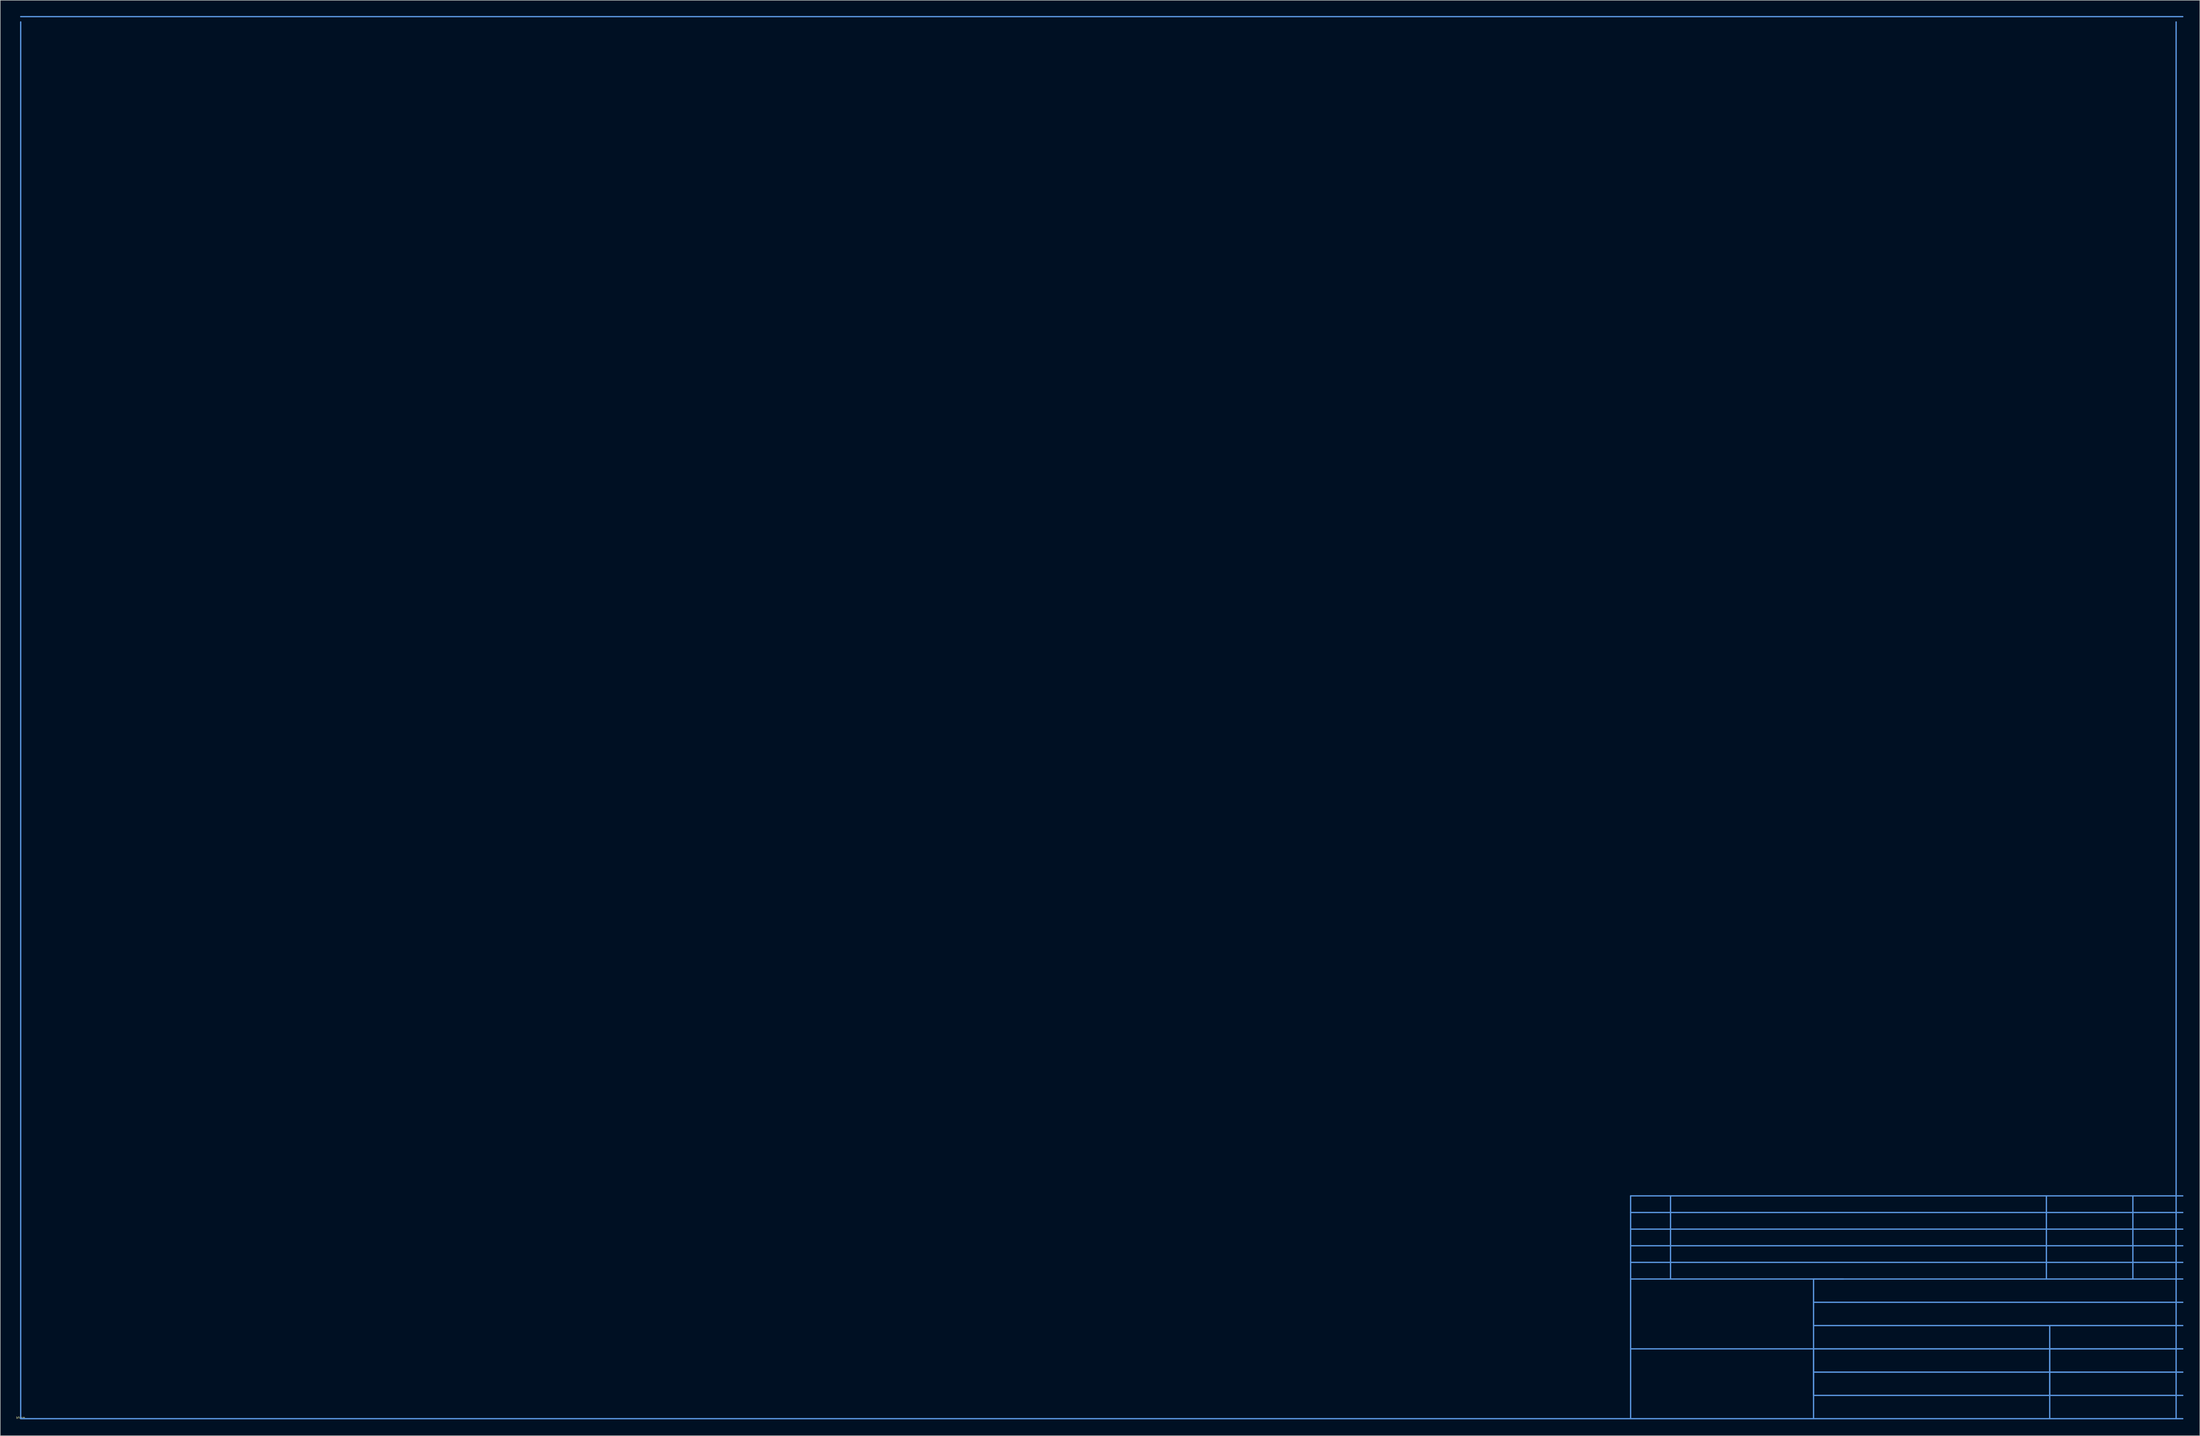
<source format=kicad_pcb>
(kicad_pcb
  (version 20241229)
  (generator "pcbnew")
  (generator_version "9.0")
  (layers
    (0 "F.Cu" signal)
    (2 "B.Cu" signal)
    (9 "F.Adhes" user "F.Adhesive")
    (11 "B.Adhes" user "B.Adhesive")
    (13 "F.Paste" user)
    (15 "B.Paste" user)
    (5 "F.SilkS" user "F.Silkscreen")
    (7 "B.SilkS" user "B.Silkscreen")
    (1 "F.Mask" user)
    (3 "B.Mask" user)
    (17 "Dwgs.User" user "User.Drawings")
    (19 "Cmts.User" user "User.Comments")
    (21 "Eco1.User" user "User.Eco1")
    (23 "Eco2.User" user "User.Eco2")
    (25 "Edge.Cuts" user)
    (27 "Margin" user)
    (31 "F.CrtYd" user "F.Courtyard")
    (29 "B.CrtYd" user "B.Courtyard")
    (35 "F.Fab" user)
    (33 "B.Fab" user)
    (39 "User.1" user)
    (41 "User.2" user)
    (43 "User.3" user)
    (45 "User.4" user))
  (footprint "bform"
    (layer "F.Cu")
    (at 0.9 267.843)
    (property "Reference" "bform" (at 0 -0.201 0) (layer "F.SilkS") (effects (font (size 0.399 0.399) (thickness 0.051))))
    (attr through_hole)
    (fp_line (start 0 -266.7) (end 0 0) (stroke (width 0.254) (type solid)) (layer "Cmts.User"))
    (fp_line (start 0 0) (end 412.75 0) (stroke (width 0.254) (type solid)) (layer "Cmts.User"))
    (fp_line (start 307.34 -42.545) (end 307.34 -29.845) (stroke (width 0.254) (type solid)) (layer "Cmts.User"))
    (fp_line (start 307.34 -42.545) (end 412.75 -42.545) (stroke (width 0.254) (type solid)) (layer "Cmts.User"))
    (fp_line (start 307.34 -36.195) (end 412.75 -36.195) (stroke (width 0.254) (type solid)) (layer "Cmts.User"))
    (fp_line (start 307.34 -29.845) (end 307.34 -26.67) (stroke (width 0.254) (type solid)) (layer "Cmts.User"))
    (fp_line (start 307.34 -26.67) (end 307.34 0) (stroke (width 0.254) (type solid)) (layer "Cmts.User"))
    (fp_line (start 314.96 -42.545) (end 314.96 -26.67) (stroke (width 0.254) (type solid)) (layer "Cmts.User"))
    (fp_line (start 342.265 -26.67) (end 342.265 -22.225) (stroke (width 0.254) (type solid)) (layer "Cmts.User"))
    (fp_line (start 342.265 -22.225) (end 342.265 -17.78) (stroke (width 0.254) (type solid)) (layer "Cmts.User"))
    (fp_line (start 342.265 -17.78) (end 393.065 -17.78) (stroke (width 0.254) (type solid)) (layer "Cmts.User"))
    (fp_line (start 342.265 -13.335) (end 307.34 -13.335) (stroke (width 0.254) (type solid)) (layer "Cmts.User"))
    (fp_line (start 342.265 -13.335) (end 342.265 -17.78) (stroke (width 0.254) (type solid)) (layer "Cmts.User"))
    (fp_line (start 342.265 -13.335) (end 393.065 -13.335) (stroke (width 0.254) (type solid)) (layer "Cmts.User"))
    (fp_line (start 342.265 -13.335) (end 393.065 -13.335) (stroke (width 0.254) (type solid)) (layer "Cmts.User"))
    (fp_line (start 342.265 -8.89) (end 342.265 -13.335) (stroke (width 0.254) (type solid)) (layer "Cmts.User"))
    (fp_line (start 342.265 -8.89) (end 342.265 -13.335) (stroke (width 0.254) (type solid)) (layer "Cmts.User"))
    (fp_line (start 342.265 -8.89) (end 342.265 -4.445) (stroke (width 0.254) (type solid)) (layer "Cmts.User"))
    (fp_line (start 342.265 -8.89) (end 393.065 -8.89) (stroke (width 0.254) (type solid)) (layer "Cmts.User"))
    (fp_line (start 342.265 -4.445) (end 342.265 -8.89) (stroke (width 0.254) (type solid)) (layer "Cmts.User"))
    (fp_line (start 342.265 -4.445) (end 342.265 0) (stroke (width 0.254) (type solid)) (layer "Cmts.User"))
    (fp_line (start 347.98 -26.67) (end 307.34 -26.67) (stroke (width 0.254) (type solid)) (layer "Cmts.User"))
    (fp_line (start 386.715 -42.545) (end 386.715 -26.67) (stroke (width 0.254) (type solid)) (layer "Cmts.User"))
    (fp_line (start 387.35 -17.78) (end 412.75 -17.78) (stroke (width 0.254) (type solid)) (layer "Cmts.User"))
    (fp_line (start 387.35 -13.335) (end 387.35 -17.78) (stroke (width 0.254) (type solid)) (layer "Cmts.User"))
    (fp_line (start 387.35 -13.335) (end 387.35 -8.89) (stroke (width 0.254) (type solid)) (layer "Cmts.User"))
    (fp_line (start 387.35 -13.335) (end 412.75 -13.335) (stroke (width 0.254) (type solid)) (layer "Cmts.User"))
    (fp_line (start 387.35 -8.89) (end 387.35 -13.335) (stroke (width 0.254) (type solid)) (layer "Cmts.User"))
    (fp_line (start 387.35 -8.89) (end 387.35 -4.445) (stroke (width 0.254) (type solid)) (layer "Cmts.User"))
    (fp_line (start 387.35 -8.89) (end 387.35 -4.445) (stroke (width 0.254) (type solid)) (layer "Cmts.User"))
    (fp_line (start 387.35 -4.445) (end 342.265 -4.445) (stroke (width 0.254) (type solid)) (layer "Cmts.User"))
    (fp_line (start 387.35 -4.445) (end 387.35 0) (stroke (width 0.254) (type solid)) (layer "Cmts.User"))
    (fp_line (start 393.065 -8.89) (end 342.265 -8.89) (stroke (width 0.254) (type solid)) (layer "Cmts.User"))
    (fp_line (start 403.225 -42.545) (end 403.225 -26.67) (stroke (width 0.254) (type solid)) (layer "Cmts.User"))
    (fp_line (start 411.48 0) (end 411.48 -266.7) (stroke (width 0.254) (type solid)) (layer "Cmts.User"))
    (fp_line (start 412.75 -267.716) (end 0 -267.716) (stroke (width 0.254) (type solid)) (layer "Cmts.User"))
    (fp_line (start 412.75 -39.37) (end 307.34 -39.37) (stroke (width 0.254) (type solid)) (layer "Cmts.User"))
    (fp_line (start 412.75 -33.02) (end 307.34 -33.02) (stroke (width 0.254) (type solid)) (layer "Cmts.User"))
    (fp_line (start 412.75 -29.845) (end 307.34 -29.845) (stroke (width 0.254) (type solid)) (layer "Cmts.User"))
    (fp_line (start 412.75 -26.67) (end 342.265 -26.67) (stroke (width 0.254) (type solid)) (layer "Cmts.User"))
    (fp_line (start 412.75 -22.225) (end 342.265 -22.225) (stroke (width 0.254) (type solid)) (layer "Cmts.User"))
    (fp_line (start 412.75 -13.335) (end 387.35 -13.335) (stroke (width 0.254) (type solid)) (layer "Cmts.User"))
    (fp_line (start 412.75 -8.89) (end 387.35 -8.89) (stroke (width 0.254) (type solid)) (layer "Cmts.User"))
    (fp_line (start 412.75 -8.89) (end 387.35 -8.89) (stroke (width 0.254) (type solid)) (layer "Cmts.User"))
    (fp_line (start 412.75 -4.445) (end 387.35 -4.445) (stroke (width 0.254) (type solid)) (layer "Cmts.User"))
    (fp_line (start 0 -267.716) (end 412.75 -267.716) (stroke (width 0.254) (type solid)) (layer "Eco1.User"))
    (fp_line (start 0 0) (end 0 -266.7) (stroke (width 0.254) (type solid)) (layer "Eco1.User"))
    (fp_line (start 307.34 -266.7) (end 307.34 -42.545) (stroke (width 0.254) (type solid)) (layer "Eco1.User"))
    (fp_line (start 307.34 -261.62) (end 412.75 -261.62) (stroke (width 0.254) (type solid)) (layer "Eco1.User"))
    (fp_line (start 307.34 -258.445) (end 412.75 -258.445) (stroke (width 0.254) (type solid)) (layer "Eco1.User"))
    (fp_line (start 307.34 -255.27) (end 412.75 -255.27) (stroke (width 0.254) (type solid)) (layer "Eco1.User"))
    (fp_line (start 307.34 -252.095) (end 412.75 -252.095) (stroke (width 0.254) (type solid)) (layer "Eco1.User"))
    (fp_line (start 307.34 -248.92) (end 412.75 -248.92) (stroke (width 0.254) (type solid)) (layer "Eco1.User"))
    (fp_line (start 307.34 -245.745) (end 412.75 -245.745) (stroke (width 0.254) (type solid)) (layer "Eco1.User"))
    (fp_line (start 307.34 -239.395) (end 412.75 -239.395) (stroke (width 0.254) (type solid)) (layer "Eco1.User"))
    (fp_line (start 307.34 -236.22) (end 412.75 -236.22) (stroke (width 0.254) (type solid)) (layer "Eco1.User"))
    (fp_line (start 307.34 -233.045) (end 412.75 -233.045) (stroke (width 0.254) (type solid)) (layer "Eco1.User"))
    (fp_line (start 307.34 -229.87) (end 412.75 -229.87) (stroke (width 0.254) (type solid)) (layer "Eco1.User"))
    (fp_line (start 307.34 -226.695) (end 412.75 -226.695) (stroke (width 0.254) (type solid)) (layer "Eco1.User"))
    (fp_line (start 307.34 -223.52) (end 412.75 -223.52) (stroke (width 0.254) (type solid)) (layer "Eco1.User"))
    (fp_line (start 307.34 -220.345) (end 412.75 -220.345) (stroke (width 0.254) (type solid)) (layer "Eco1.User"))
    (fp_line (start 307.34 -217.17) (end 412.75 -217.17) (stroke (width 0.254) (type solid)) (layer "Eco1.User"))
    (fp_line (start 307.34 -213.995) (end 412.75 -213.995) (stroke (width 0.254) (type solid)) (layer "Eco1.User"))
    (fp_line (start 307.34 -210.82) (end 412.75 -210.82) (stroke (width 0.254) (type solid)) (layer "Eco1.User"))
    (fp_line (start 307.34 -207.645) (end 412.75 -207.645) (stroke (width 0.254) (type solid)) (layer "Eco1.User"))
    (fp_line (start 307.34 -204.47) (end 412.75 -204.47) (stroke (width 0.254) (type solid)) (layer "Eco1.User"))
    (fp_line (start 307.34 -201.295) (end 412.75 -201.295) (stroke (width 0.254) (type solid)) (layer "Eco1.User"))
    (fp_line (start 307.34 -194.945) (end 412.75 -194.945) (stroke (width 0.254) (type solid)) (layer "Eco1.User"))
    (fp_line (start 307.34 -191.77) (end 412.75 -191.77) (stroke (width 0.254) (type solid)) (layer "Eco1.User"))
    (fp_line (start 307.34 -188.595) (end 412.75 -188.595) (stroke (width 0.254) (type solid)) (layer "Eco1.User"))
    (fp_line (start 307.34 -185.42) (end 412.75 -185.42) (stroke (width 0.254) (type solid)) (layer "Eco1.User"))
    (fp_line (start 307.34 -182.245) (end 412.75 -182.245) (stroke (width 0.254) (type solid)) (layer "Eco1.User"))
    (fp_line (start 307.34 -179.07) (end 412.75 -179.07) (stroke (width 0.254) (type solid)) (layer "Eco1.User"))
    (fp_line (start 307.34 -175.895) (end 412.75 -175.895) (stroke (width 0.254) (type solid)) (layer "Eco1.User"))
    (fp_line (start 307.34 -172.72) (end 412.75 -172.72) (stroke (width 0.254) (type solid)) (layer "Eco1.User"))
    (fp_line (start 307.34 -169.545) (end 412.75 -169.545) (stroke (width 0.254) (type solid)) (layer "Eco1.User"))
    (fp_line (start 307.34 -166.37) (end 412.75 -166.37) (stroke (width 0.254) (type solid)) (layer "Eco1.User"))
    (fp_line (start 307.34 -163.195) (end 412.75 -163.195) (stroke (width 0.254) (type solid)) (layer "Eco1.User"))
    (fp_line (start 307.34 -160.02) (end 412.75 -160.02) (stroke (width 0.254) (type solid)) (layer "Eco1.User"))
    (fp_line (start 307.34 -156.845) (end 412.75 -156.845) (stroke (width 0.254) (type solid)) (layer "Eco1.User"))
    (fp_line (start 307.34 -153.67) (end 412.75 -153.67) (stroke (width 0.254) (type solid)) (layer "Eco1.User"))
    (fp_line (start 307.34 -150.495) (end 412.75 -150.495) (stroke (width 0.254) (type solid)) (layer "Eco1.User"))
    (fp_line (start 307.34 -147.32) (end 412.75 -147.32) (stroke (width 0.254) (type solid)) (layer "Eco1.User"))
    (fp_line (start 307.34 -144.145) (end 412.75 -144.145) (stroke (width 0.254) (type solid)) (layer "Eco1.User"))
    (fp_line (start 307.34 -140.97) (end 412.75 -140.97) (stroke (width 0.254) (type solid)) (layer "Eco1.User"))
    (fp_line (start 307.34 -137.795) (end 412.75 -137.795) (stroke (width 0.254) (type solid)) (layer "Eco1.User"))
    (fp_line (start 307.34 -134.62) (end 412.75 -134.62) (stroke (width 0.254) (type solid)) (layer "Eco1.User"))
    (fp_line (start 307.34 -131.445) (end 412.75 -131.445) (stroke (width 0.254) (type solid)) (layer "Eco1.User"))
    (fp_line (start 307.34 -128.27) (end 412.75 -128.27) (stroke (width 0.254) (type solid)) (layer "Eco1.User"))
    (fp_line (start 307.34 -125.095) (end 412.75 -125.095) (stroke (width 0.254) (type solid)) (layer "Eco1.User"))
    (fp_line (start 307.34 -121.92) (end 412.75 -121.92) (stroke (width 0.254) (type solid)) (layer "Eco1.User"))
    (fp_line (start 307.34 -118.745) (end 412.75 -118.745) (stroke (width 0.254) (type solid)) (layer "Eco1.User"))
    (fp_line (start 307.34 -115.57) (end 412.75 -115.57) (stroke (width 0.254) (type solid)) (layer "Eco1.User"))
    (fp_line (start 307.34 -112.395) (end 412.75 -112.395) (stroke (width 0.254) (type solid)) (layer "Eco1.User"))
    (fp_line (start 307.34 -109.22) (end 412.75 -109.22) (stroke (width 0.254) (type solid)) (layer "Eco1.User"))
    (fp_line (start 307.34 -106.045) (end 412.75 -106.045) (stroke (width 0.254) (type solid)) (layer "Eco1.User"))
    (fp_line (start 307.34 -102.87) (end 412.75 -102.87) (stroke (width 0.254) (type solid)) (layer "Eco1.User"))
    (fp_line (start 307.34 -99.695) (end 412.75 -99.695) (stroke (width 0.254) (type solid)) (layer "Eco1.User"))
    (fp_line (start 307.34 -96.52) (end 412.75 -96.52) (stroke (width 0.254) (type solid)) (layer "Eco1.User"))
    (fp_line (start 307.34 -93.345) (end 412.75 -93.345) (stroke (width 0.254) (type solid)) (layer "Eco1.User"))
    (fp_line (start 307.34 -90.17) (end 412.75 -90.17) (stroke (width 0.254) (type solid)) (layer "Eco1.User"))
    (fp_line (start 307.34 -86.995) (end 412.75 -86.995) (stroke (width 0.254) (type solid)) (layer "Eco1.User"))
    (fp_line (start 307.34 -83.82) (end 412.75 -83.82) (stroke (width 0.254) (type solid)) (layer "Eco1.User"))
    (fp_line (start 307.34 -80.645) (end 412.75 -80.645) (stroke (width 0.254) (type solid)) (layer "Eco1.User"))
    (fp_line (start 307.34 -77.47) (end 412.75 -77.47) (stroke (width 0.254) (type solid)) (layer "Eco1.User"))
    (fp_line (start 307.34 -74.295) (end 412.75 -74.295) (stroke (width 0.254) (type solid)) (layer "Eco1.User"))
    (fp_line (start 307.34 -71.12) (end 412.75 -71.12) (stroke (width 0.254) (type solid)) (layer "Eco1.User"))
    (fp_line (start 307.34 -67.945) (end 412.75 -67.945) (stroke (width 0.254) (type solid)) (layer "Eco1.User"))
    (fp_line (start 307.34 -64.77) (end 412.75 -64.77) (stroke (width 0.254) (type solid)) (layer "Eco1.User"))
    (fp_line (start 307.34 -61.595) (end 412.75 -61.595) (stroke (width 0.254) (type solid)) (layer "Eco1.User"))
    (fp_line (start 307.34 -58.42) (end 412.75 -58.42) (stroke (width 0.254) (type solid)) (layer "Eco1.User"))
    (fp_line (start 307.34 -55.245) (end 412.75 -55.245) (stroke (width 0.254) (type solid)) (layer "Eco1.User"))
    (fp_line (start 307.34 -52.07) (end 412.75 -52.07) (stroke (width 0.254) (type solid)) (layer "Eco1.User"))
    (fp_line (start 307.34 -48.895) (end 412.75 -48.895) (stroke (width 0.254) (type solid)) (layer "Eco1.User"))
    (fp_line (start 307.34 -45.72) (end 412.75 -45.72) (stroke (width 0.254) (type solid)) (layer "Eco1.User"))
    (fp_line (start 307.34 -42.545) (end 307.34 -29.845) (stroke (width 0.254) (type solid)) (layer "Eco1.User"))
    (fp_line (start 307.34 -42.545) (end 412.75 -42.545) (stroke (width 0.508) (type solid)) (layer "Eco1.User"))
    (fp_line (start 307.34 -29.845) (end 307.34 -26.67) (stroke (width 0.254) (type solid)) (layer "Eco1.User"))
    (fp_line (start 307.34 -26.67) (end 307.34 0) (stroke (width 0.254) (type solid)) (layer "Eco1.User"))
    (fp_line (start 314.96 -42.545) (end 314.96 -26.67) (stroke (width 0.254) (type solid)) (layer "Eco1.User"))
    (fp_line (start 320.04 -42.545) (end 320.04 -266.7) (stroke (width 0.254) (type solid)) (layer "Eco1.User"))
    (fp_line (start 332.74 -42.545) (end 332.74 -266.7) (stroke (width 0.254) (type solid)) (layer "Eco1.User"))
    (fp_line (start 342.265 -26.67) (end 412.75 -26.67) (stroke (width 0.254) (type solid)) (layer "Eco1.User"))
    (fp_line (start 342.265 -22.225) (end 342.265 -26.67) (stroke (width 0.254) (type solid)) (layer "Eco1.User"))
    (fp_line (start 342.265 -22.225) (end 342.265 -17.78) (stroke (width 0.254) (type solid)) (layer "Eco1.User"))
    (fp_line (start 342.265 -17.78) (end 342.265 -13.335) (stroke (width 0.254) (type solid)) (layer "Eco1.User"))
    (fp_line (start 342.265 -13.335) (end 307.34 -13.335) (stroke (width 0.254) (type solid)) (layer "Eco1.User"))
    (fp_line (start 342.265 -13.335) (end 342.265 -8.89) (stroke (width 0.254) (type solid)) (layer "Eco1.User"))
    (fp_line (start 342.265 -13.335) (end 342.265 -8.89) (stroke (width 0.254) (type solid)) (layer "Eco1.User"))
    (fp_line (start 342.265 -8.89) (end 342.265 -4.445) (stroke (width 0.254) (type solid)) (layer "Eco1.User"))
    (fp_line (start 342.265 -4.445) (end 342.265 0) (stroke (width 0.254) (type solid)) (layer "Eco1.User"))
    (fp_line (start 342.265 -4.445) (end 342.265 0) (stroke (width 0.254) (type solid)) (layer "Eco1.User"))
    (fp_line (start 347.98 -26.67) (end 307.34 -26.67) (stroke (width 0.254) (type solid)) (layer "Eco1.User"))
    (fp_line (start 386.715 -42.545) (end 386.715 -26.67) (stroke (width 0.254) (type solid)) (layer "Eco1.User"))
    (fp_line (start 387.35 -17.78) (end 412.75 -17.78) (stroke (width 0.254) (type solid)) (layer "Eco1.User"))
    (fp_line (start 387.35 -13.335) (end 387.35 -17.78) (stroke (width 0.254) (type solid)) (layer "Eco1.User"))
    (fp_line (start 387.35 -13.335) (end 387.35 -8.89) (stroke (width 0.254) (type solid)) (layer "Eco1.User"))
    (fp_line (start 387.35 -13.335) (end 412.75 -13.335) (stroke (width 0.254) (type solid)) (layer "Eco1.User"))
    (fp_line (start 387.35 -8.89) (end 387.35 -13.335) (stroke (width 0.254) (type solid)) (layer "Eco1.User"))
    (fp_line (start 387.35 -8.89) (end 387.35 -4.445) (stroke (width 0.254) (type solid)) (layer "Eco1.User"))
    (fp_line (start 387.35 -4.445) (end 342.265 -4.445) (stroke (width 0.254) (type solid)) (layer "Eco1.User"))
    (fp_line (start 387.35 -4.445) (end 342.265 -4.445) (stroke (width 0.254) (type solid)) (layer "Eco1.User"))
    (fp_line (start 387.35 -4.445) (end 387.35 0) (stroke (width 0.254) (type solid)) (layer "Eco1.User"))
    (fp_line (start 387.35 -4.445) (end 387.35 0) (stroke (width 0.254) (type solid)) (layer "Eco1.User"))
    (fp_line (start 393.065 -17.78) (end 342.265 -17.78) (stroke (width 0.254) (type solid)) (layer "Eco1.User"))
    (fp_line (start 393.065 -13.335) (end 342.265 -13.335) (stroke (width 0.254) (type solid)) (layer "Eco1.User"))
    (fp_line (start 393.065 -13.335) (end 342.265 -13.335) (stroke (width 0.254) (type solid)) (layer "Eco1.User"))
    (fp_line (start 393.065 -8.89) (end 342.265 -8.89) (stroke (width 0.254) (type solid)) (layer "Eco1.User"))
    (fp_line (start 403.225 -42.545) (end 403.225 -26.67) (stroke (width 0.254) (type solid)) (layer "Eco1.User"))
    (fp_line (start 411.48 -266.7) (end 411.48 0) (stroke (width 0.254) (type solid)) (layer "Eco1.User"))
    (fp_line (start 412.75 -242.57) (end 307.34 -242.57) (stroke (width 0.254) (type solid)) (layer "Eco1.User"))
    (fp_line (start 412.75 -198.12) (end 307.34 -198.12) (stroke (width 0.254) (type solid)) (layer "Eco1.User"))
    (fp_line (start 412.75 -39.37) (end 307.34 -39.37) (stroke (width 0.254) (type solid)) (layer "Eco1.User"))
    (fp_line (start 412.75 -36.195) (end 307.34 -36.195) (stroke (width 0.254) (type solid)) (layer "Eco1.User"))
    (fp_line (start 412.75 -33.02) (end 307.34 -33.02) (stroke (width 0.254) (type solid)) (layer "Eco1.User"))
    (fp_line (start 412.75 -29.845) (end 307.34 -29.845) (stroke (width 0.254) (type solid)) (layer "Eco1.User"))
    (fp_line (start 412.75 -22.225) (end 342.265 -22.225) (stroke (width 0.254) (type solid)) (layer "Eco1.User"))
    (fp_line (start 412.75 -13.335) (end 387.35 -13.335) (stroke (width 0.254) (type solid)) (layer "Eco1.User"))
    (fp_line (start 412.75 -8.89) (end 387.35 -8.89) (stroke (width 0.254) (type solid)) (layer "Eco1.User"))
    (fp_line (start 412.75 -4.445) (end 387.35 -4.445) (stroke (width 0.254) (type solid)) (layer "Eco1.User"))
    (fp_line (start 412.75 -4.445) (end 387.35 -4.445) (stroke (width 0.254) (type solid)) (layer "Eco1.User"))
    (fp_line (start 412.75 0) (end 0 0) (stroke (width 0.254) (type solid)) (layer "Eco1.User"))
    (fp_line (start 0 -267.716) (end 412.75 -267.716) (stroke (width 0.254) (type solid)) (layer "Eco2.User"))
    (fp_line (start 0 0) (end 0 -266.7) (stroke (width 0.254) (type solid)) (layer "Eco2.User"))
    (fp_line (start 307.34 -258.445) (end 412.75 -258.445) (stroke (width 0.254) (type solid)) (layer "Eco2.User"))
    (fp_line (start 307.34 -255.27) (end 412.75 -255.27) (stroke (width 0.254) (type solid)) (layer "Eco2.User"))
    (fp_line (start 307.34 -252.095) (end 412.75 -252.095) (stroke (width 0.254) (type solid)) (layer "Eco2.User"))
    (fp_line (start 307.34 -248.92) (end 412.75 -248.92) (stroke (width 0.254) (type solid)) (layer "Eco2.User"))
    (fp_line (start 307.34 -245.745) (end 412.75 -245.745) (stroke (width 0.254) (type solid)) (layer "Eco2.User"))
    (fp_line (start 307.34 -239.395) (end 412.75 -239.395) (stroke (width 0.254) (type solid)) (layer "Eco2.User"))
    (fp_line (start 307.34 -236.22) (end 412.75 -236.22) (stroke (width 0.254) (type solid)) (layer "Eco2.User"))
    (fp_line (start 307.34 -233.045) (end 412.75 -233.045) (stroke (width 0.254) (type solid)) (layer "Eco2.User"))
    (fp_line (start 307.34 -229.87) (end 412.75 -229.87) (stroke (width 0.254) (type solid)) (layer "Eco2.User"))
    (fp_line (start 307.34 -226.695) (end 412.75 -226.695) (stroke (width 0.254) (type solid)) (layer "Eco2.User"))
    (fp_line (start 307.34 -223.52) (end 412.75 -223.52) (stroke (width 0.254) (type solid)) (layer "Eco2.User"))
    (fp_line (start 307.34 -220.345) (end 412.75 -220.345) (stroke (width 0.254) (type solid)) (layer "Eco2.User"))
    (fp_line (start 307.34 -217.17) (end 412.75 -217.17) (stroke (width 0.254) (type solid)) (layer "Eco2.User"))
    (fp_line (start 307.34 -213.995) (end 412.75 -213.995) (stroke (width 0.254) (type solid)) (layer "Eco2.User"))
    (fp_line (start 307.34 -210.82) (end 412.75 -210.82) (stroke (width 0.254) (type solid)) (layer "Eco2.User"))
    (fp_line (start 307.34 -207.645) (end 412.75 -207.645) (stroke (width 0.254) (type solid)) (layer "Eco2.User"))
    (fp_line (start 307.34 -204.47) (end 412.75 -204.47) (stroke (width 0.254) (type solid)) (layer "Eco2.User"))
    (fp_line (start 307.34 -201.295) (end 412.75 -201.295) (stroke (width 0.254) (type solid)) (layer "Eco2.User"))
    (fp_line (start 307.34 -198.12) (end 412.75 -198.12) (stroke (width 0.254) (type solid)) (layer "Eco2.User"))
    (fp_line (start 307.34 -194.945) (end 412.75 -194.945) (stroke (width 0.254) (type solid)) (layer "Eco2.User"))
    (fp_line (start 307.34 -191.77) (end 412.75 -191.77) (stroke (width 0.254) (type solid)) (layer "Eco2.User"))
    (fp_line (start 307.34 -188.595) (end 412.75 -188.595) (stroke (width 0.254) (type solid)) (layer "Eco2.User"))
    (fp_line (start 307.34 -185.42) (end 412.75 -185.42) (stroke (width 0.254) (type solid)) (layer "Eco2.User"))
    (fp_line (start 307.34 -182.245) (end 412.75 -182.245) (stroke (width 0.254) (type solid)) (layer "Eco2.User"))
    (fp_line (start 307.34 -179.07) (end 412.75 -179.07) (stroke (width 0.254) (type solid)) (layer "Eco2.User"))
    (fp_line (start 307.34 -175.895) (end 412.75 -175.895) (stroke (width 0.254) (type solid)) (layer "Eco2.User"))
    (fp_line (start 307.34 -172.72) (end 412.75 -172.72) (stroke (width 0.254) (type solid)) (layer "Eco2.User"))
    (fp_line (start 307.34 -169.545) (end 412.75 -169.545) (stroke (width 0.254) (type solid)) (layer "Eco2.User"))
    (fp_line (start 307.34 -166.37) (end 412.75 -166.37) (stroke (width 0.254) (type solid)) (layer "Eco2.User"))
    (fp_line (start 307.34 -163.195) (end 412.75 -163.195) (stroke (width 0.254) (type solid)) (layer "Eco2.User"))
    (fp_line (start 307.34 -160.02) (end 412.75 -160.02) (stroke (width 0.254) (type solid)) (layer "Eco2.User"))
    (fp_line (start 307.34 -156.845) (end 412.75 -156.845) (stroke (width 0.254) (type solid)) (layer "Eco2.User"))
    (fp_line (start 307.34 -153.67) (end 412.75 -153.67) (stroke (width 0.254) (type solid)) (layer "Eco2.User"))
    (fp_line (start 307.34 -150.495) (end 412.75 -150.495) (stroke (width 0.254) (type solid)) (layer "Eco2.User"))
    (fp_line (start 307.34 -147.32) (end 412.75 -147.32) (stroke (width 0.254) (type solid)) (layer "Eco2.User"))
    (fp_line (start 307.34 -144.145) (end 412.75 -144.145) (stroke (width 0.254) (type solid)) (layer "Eco2.User"))
    (fp_line (start 307.34 -140.97) (end 412.75 -140.97) (stroke (width 0.254) (type solid)) (layer "Eco2.User"))
    (fp_line (start 307.34 -137.795) (end 412.75 -137.795) (stroke (width 0.254) (type solid)) (layer "Eco2.User"))
    (fp_line (start 307.34 -134.62) (end 412.75 -134.62) (stroke (width 0.254) (type solid)) (layer "Eco2.User"))
    (fp_line (start 307.34 -131.445) (end 412.75 -131.445) (stroke (width 0.254) (type solid)) (layer "Eco2.User"))
    (fp_line (start 307.34 -128.27) (end 412.75 -128.27) (stroke (width 0.254) (type solid)) (layer "Eco2.User"))
    (fp_line (start 307.34 -125.095) (end 412.75 -125.095) (stroke (width 0.254) (type solid)) (layer "Eco2.User"))
    (fp_line (start 307.34 -121.92) (end 412.75 -121.92) (stroke (width 0.254) (type solid)) (layer "Eco2.User"))
    (fp_line (start 307.34 -118.745) (end 412.75 -118.745) (stroke (width 0.254) (type solid)) (layer "Eco2.User"))
    (fp_line (start 307.34 -115.57) (end 412.75 -115.57) (stroke (width 0.254) (type solid)) (layer "Eco2.User"))
    (fp_line (start 307.34 -112.395) (end 412.75 -112.395) (stroke (width 0.254) (type solid)) (layer "Eco2.User"))
    (fp_line (start 307.34 -109.22) (end 412.75 -109.22) (stroke (width 0.254) (type solid)) (layer "Eco2.User"))
    (fp_line (start 307.34 -106.045) (end 412.75 -106.045) (stroke (width 0.254) (type solid)) (layer "Eco2.User"))
    (fp_line (start 307.34 -102.87) (end 412.75 -102.87) (stroke (width 0.254) (type solid)) (layer "Eco2.User"))
    (fp_line (start 307.34 -99.695) (end 412.75 -99.695) (stroke (width 0.254) (type solid)) (layer "Eco2.User"))
    (fp_line (start 307.34 -96.52) (end 412.75 -96.52) (stroke (width 0.254) (type solid)) (layer "Eco2.User"))
    (fp_line (start 307.34 -93.345) (end 412.75 -93.345) (stroke (width 0.254) (type solid)) (layer "Eco2.User"))
    (fp_line (start 307.34 -90.17) (end 412.75 -90.17) (stroke (width 0.254) (type solid)) (layer "Eco2.User"))
    (fp_line (start 307.34 -86.995) (end 412.75 -86.995) (stroke (width 0.254) (type solid)) (layer "Eco2.User"))
    (fp_line (start 307.34 -83.82) (end 412.75 -83.82) (stroke (width 0.254) (type solid)) (layer "Eco2.User"))
    (fp_line (start 307.34 -80.645) (end 412.75 -80.645) (stroke (width 0.254) (type solid)) (layer "Eco2.User"))
    (fp_line (start 307.34 -77.47) (end 412.75 -77.47) (stroke (width 0.254) (type solid)) (layer "Eco2.User"))
    (fp_line (start 307.34 -74.295) (end 412.75 -74.295) (stroke (width 0.254) (type solid)) (layer "Eco2.User"))
    (fp_line (start 307.34 -71.12) (end 412.75 -71.12) (stroke (width 0.254) (type solid)) (layer "Eco2.User"))
    (fp_line (start 307.34 -67.945) (end 412.75 -67.945) (stroke (width 0.254) (type solid)) (layer "Eco2.User"))
    (fp_line (start 307.34 -64.77) (end 412.75 -64.77) (stroke (width 0.254) (type solid)) (layer "Eco2.User"))
    (fp_line (start 307.34 -61.595) (end 412.75 -61.595) (stroke (width 0.254) (type solid)) (layer "Eco2.User"))
    (fp_line (start 307.34 -58.42) (end 412.75 -58.42) (stroke (width 0.254) (type solid)) (layer "Eco2.User"))
    (fp_line (start 307.34 -55.245) (end 412.75 -55.245) (stroke (width 0.254) (type solid)) (layer "Eco2.User"))
    (fp_line (start 307.34 -52.07) (end 412.75 -52.07) (stroke (width 0.254) (type solid)) (layer "Eco2.User"))
    (fp_line (start 307.34 -48.895) (end 412.75 -48.895) (stroke (width 0.254) (type solid)) (layer "Eco2.User"))
    (fp_line (start 307.34 -45.72) (end 412.75 -45.72) (stroke (width 0.254) (type solid)) (layer "Eco2.User"))
    (fp_line (start 307.34 -42.545) (end 307.34 -266.7) (stroke (width 0.254) (type solid)) (layer "Eco2.User"))
    (fp_line (start 307.34 -42.545) (end 307.34 -29.845) (stroke (width 0.254) (type solid)) (layer "Eco2.User"))
    (fp_line (start 307.34 -42.545) (end 412.75 -42.545) (stroke (width 0.508) (type solid)) (layer "Eco2.User"))
    (fp_line (start 307.34 -29.845) (end 307.34 -26.67) (stroke (width 0.254) (type solid)) (layer "Eco2.User"))
    (fp_line (start 307.34 -26.67) (end 307.34 0) (stroke (width 0.254) (type solid)) (layer "Eco2.User"))
    (fp_line (start 314.96 -42.545) (end 314.96 -26.67) (stroke (width 0.254) (type solid)) (layer "Eco2.User"))
    (fp_line (start 320.04 -42.545) (end 320.04 -266.7) (stroke (width 0.254) (type solid)) (layer "Eco2.User"))
    (fp_line (start 332.74 -42.545) (end 332.74 -266.7) (stroke (width 0.254) (type solid)) (layer "Eco2.User"))
    (fp_line (start 342.265 -22.225) (end 412.75 -22.225) (stroke (width 0.254) (type solid)) (layer "Eco2.User"))
    (fp_line (start 342.265 -17.78) (end 342.265 -26.67) (stroke (width 0.254) (type solid)) (layer "Eco2.User"))
    (fp_line (start 342.265 -17.78) (end 342.265 -13.335) (stroke (width 0.254) (type solid)) (layer "Eco2.User"))
    (fp_line (start 342.265 -13.335) (end 307.34 -13.335) (stroke (width 0.254) (type solid)) (layer "Eco2.User"))
    (fp_line (start 342.265 -13.335) (end 342.265 -8.89) (stroke (width 0.254) (type solid)) (layer "Eco2.User"))
    (fp_line (start 342.265 -8.89) (end 342.265 -4.445) (stroke (width 0.254) (type solid)) (layer "Eco2.User"))
    (fp_line (start 342.265 -4.445) (end 387.35 -4.445) (stroke (width 0.254) (type solid)) (layer "Eco2.User"))
    (fp_line (start 342.265 0) (end 342.265 -4.445) (stroke (width 0.254) (type solid)) (layer "Eco2.User"))
    (fp_line (start 386.715 -42.545) (end 386.715 -26.67) (stroke (width 0.254) (type solid)) (layer "Eco2.User"))
    (fp_line (start 387.35 -8.89) (end 387.35 -17.78) (stroke (width 0.254) (type solid)) (layer "Eco2.User"))
    (fp_line (start 387.35 -8.89) (end 387.35 -4.445) (stroke (width 0.254) (type solid)) (layer "Eco2.User"))
    (fp_line (start 387.35 -4.445) (end 412.75 -4.445) (stroke (width 0.254) (type solid)) (layer "Eco2.User"))
    (fp_line (start 387.35 0) (end 387.35 -4.445) (stroke (width 0.254) (type solid)) (layer "Eco2.User"))
    (fp_line (start 393.065 -8.89) (end 342.265 -8.89) (stroke (width 0.254) (type solid)) (layer "Eco2.User"))
    (fp_line (start 403.225 -42.545) (end 403.225 -26.67) (stroke (width 0.254) (type solid)) (layer "Eco2.User"))
    (fp_line (start 411.48 -266.7) (end 411.48 0) (stroke (width 0.254) (type solid)) (layer "Eco2.User"))
    (fp_line (start 412.75 -264.795) (end 307.34 -264.795) (stroke (width 0.254) (type solid)) (layer "Eco2.User"))
    (fp_line (start 412.75 -261.62) (end 307.34 -261.62) (stroke (width 0.254) (type solid)) (layer "Eco2.User"))
    (fp_line (start 412.75 -242.57) (end 307.34 -242.57) (stroke (width 0.254) (type solid)) (layer "Eco2.User"))
    (fp_line (start 412.75 -39.37) (end 307.34 -39.37) (stroke (width 0.254) (type solid)) (layer "Eco2.User"))
    (fp_line (start 412.75 -36.195) (end 307.34 -36.195) (stroke (width 0.254) (type solid)) (layer "Eco2.User"))
    (fp_line (start 412.75 -33.02) (end 307.34 -33.02) (stroke (width 0.254) (type solid)) (layer "Eco2.User"))
    (fp_line (start 412.75 -29.845) (end 307.34 -29.845) (stroke (width 0.254) (type solid)) (layer "Eco2.User"))
    (fp_line (start 412.75 -26.67) (end 307.34 -26.67) (stroke (width 0.254) (type solid)) (layer "Eco2.User"))
    (fp_line (start 412.75 -17.78) (end 342.265 -17.78) (stroke (width 0.254) (type solid)) (layer "Eco2.User"))
    (fp_line (start 412.75 -13.335) (end 342.265 -13.335) (stroke (width 0.254) (type solid)) (layer "Eco2.User"))
    (fp_line (start 412.75 -8.89) (end 387.35 -8.89) (stroke (width 0.254) (type solid)) (layer "Eco2.User"))
    (fp_line (start 412.75 0) (end 0 0) (stroke (width 0.254) (type solid)) (layer "Eco2.User")))
  (gr_rect
    (start -3 -3)
    (end 416.904 271.093)
    (stroke (width 0.1) (type default))
    (fill no)
    (layer "Edge.Cuts")))
</source>
